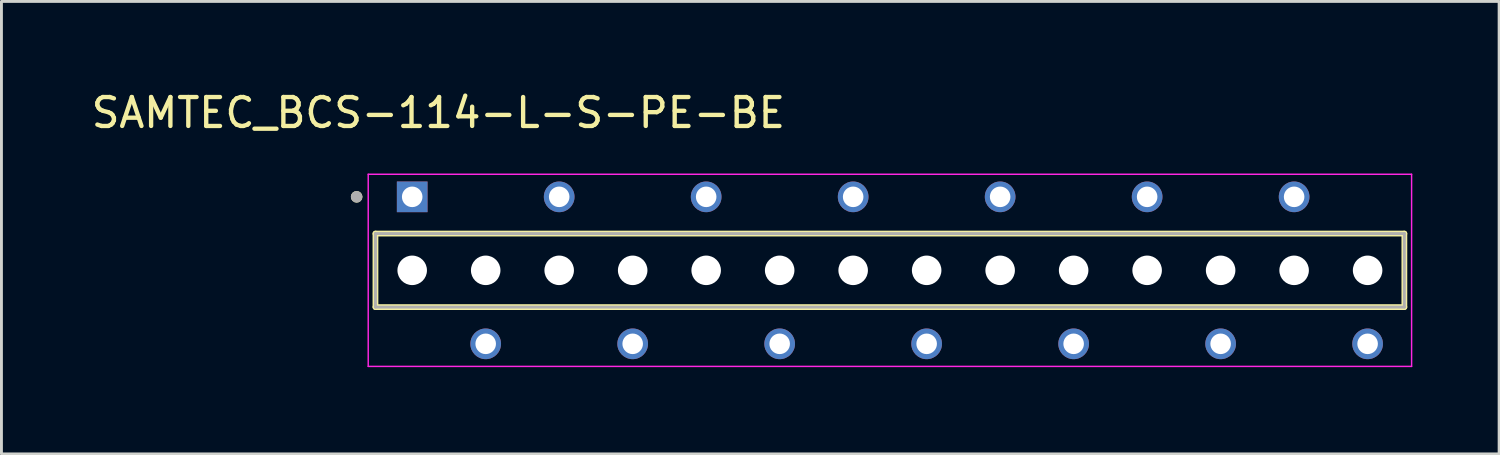
<source format=kicad_pcb>
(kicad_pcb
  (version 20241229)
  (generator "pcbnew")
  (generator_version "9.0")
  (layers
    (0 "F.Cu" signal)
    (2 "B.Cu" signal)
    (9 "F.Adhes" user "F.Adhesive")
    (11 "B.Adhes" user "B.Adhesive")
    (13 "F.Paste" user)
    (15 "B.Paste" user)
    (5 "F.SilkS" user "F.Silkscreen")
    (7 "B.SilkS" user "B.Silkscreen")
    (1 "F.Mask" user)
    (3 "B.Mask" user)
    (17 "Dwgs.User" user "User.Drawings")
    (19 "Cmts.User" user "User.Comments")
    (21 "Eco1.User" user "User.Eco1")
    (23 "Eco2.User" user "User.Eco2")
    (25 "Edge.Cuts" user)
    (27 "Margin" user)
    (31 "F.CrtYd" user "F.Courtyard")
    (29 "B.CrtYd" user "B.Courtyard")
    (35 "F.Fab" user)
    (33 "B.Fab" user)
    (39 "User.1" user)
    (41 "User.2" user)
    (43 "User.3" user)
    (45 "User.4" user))
  (footprint "SAMTEC_BCS-114-L-S-PE-BE"
    (layer "F.Cu")
    (at 27.706 6.293)
    (property "Reference" "SAMTEC_BCS-114-L-S-PE-BE" (at -15.605 -5.445 0) (layer "F.SilkS") (effects (font (size 1 1) (thickness 0.15))))
    (attr through_hole)
    (fp_line (start -17.78 -1.27) (end 17.78 -1.27) (stroke (width 0.2) (type solid)) (layer "F.SilkS"))
    (fp_line (start -17.78 1.27) (end -17.78 -1.27) (stroke (width 0.2) (type solid)) (layer "F.SilkS"))
    (fp_line (start 17.78 -1.27) (end 17.78 1.27) (stroke (width 0.2) (type solid)) (layer "F.SilkS"))
    (fp_line (start 17.78 1.27) (end -17.78 1.27) (stroke (width 0.2) (type solid)) (layer "F.SilkS"))
    (fp_circle (center -18.43 -2.54) (end -18.33 -2.54) (stroke (width 0.2) (type solid)) (fill no) (layer "F.SilkS"))
    (fp_line (start -18.03 -3.32) (end 18.03 -3.32) (stroke (width 0.05) (type solid)) (layer "F.CrtYd"))
    (fp_line (start -18.03 3.32) (end -18.03 -3.32) (stroke (width 0.05) (type solid)) (layer "F.CrtYd"))
    (fp_line (start 18.03 -3.32) (end 18.03 3.32) (stroke (width 0.05) (type solid)) (layer "F.CrtYd"))
    (fp_line (start 18.03 3.32) (end -18.03 3.32) (stroke (width 0.05) (type solid)) (layer "F.CrtYd"))
    (fp_line (start -17.78 -1.27) (end 17.78 -1.27) (stroke (width 0.1) (type solid)) (layer "F.Fab"))
    (fp_line (start -17.78 1.27) (end -17.78 -1.27) (stroke (width 0.1) (type solid)) (layer "F.Fab"))
    (fp_line (start 17.78 -1.27) (end 17.78 1.27) (stroke (width 0.1) (type solid)) (layer "F.Fab"))
    (fp_line (start 17.78 1.27) (end -17.78 1.27) (stroke (width 0.1) (type solid)) (layer "F.Fab"))
    (fp_circle (center -18.43 -2.54) (end -18.33 -2.54) (stroke (width 0.2) (type solid)) (fill no) (layer "F.Fab"))
    (pad "" np_thru_hole circle (at -16.51 0) (size 1.02 1.02) (drill 1.02) (layers "*.Cu" "*.Mask"))
    (pad "" np_thru_hole circle (at -13.97 0) (size 1.02 1.02) (drill 1.02) (layers "*.Cu" "*.Mask"))
    (pad "" np_thru_hole circle (at -11.43 0) (size 1.02 1.02) (drill 1.02) (layers "*.Cu" "*.Mask"))
    (pad "" np_thru_hole circle (at -8.89 0) (size 1.02 1.02) (drill 1.02) (layers "*.Cu" "*.Mask"))
    (pad "" np_thru_hole circle (at -6.35 0) (size 1.02 1.02) (drill 1.02) (layers "*.Cu" "*.Mask"))
    (pad "" np_thru_hole circle (at -3.81 0) (size 1.02 1.02) (drill 1.02) (layers "*.Cu" "*.Mask"))
    (pad "" np_thru_hole circle (at -1.27 0) (size 1.02 1.02) (drill 1.02) (layers "*.Cu" "*.Mask"))
    (pad "" np_thru_hole circle (at 1.27 0) (size 1.02 1.02) (drill 1.02) (layers "*.Cu" "*.Mask"))
    (pad "" np_thru_hole circle (at 3.81 0) (size 1.02 1.02) (drill 1.02) (layers "*.Cu" "*.Mask"))
    (pad "" np_thru_hole circle (at 6.35 0) (size 1.02 1.02) (drill 1.02) (layers "*.Cu" "*.Mask"))
    (pad "" np_thru_hole circle (at 8.89 0) (size 1.02 1.02) (drill 1.02) (layers "*.Cu" "*.Mask"))
    (pad "" np_thru_hole circle (at 11.43 0) (size 1.02 1.02) (drill 1.02) (layers "*.Cu" "*.Mask"))
    (pad "" np_thru_hole circle (at 13.97 0) (size 1.02 1.02) (drill 1.02) (layers "*.Cu" "*.Mask"))
    (pad "" np_thru_hole circle (at 16.51 0) (size 1.02 1.02) (drill 1.02) (layers "*.Cu" "*.Mask"))
    (pad "01" thru_hole rect (at -16.51 -2.54) (size 1.06 1.06) (drill 0.71) (layers "*.Cu" "*.Mask"))
    (pad "02" thru_hole circle (at -13.97 2.54) (size 1.06 1.06) (drill 0.71) (layers "*.Cu" "*.Mask"))
    (pad "03" thru_hole circle (at -11.43 -2.54) (size 1.06 1.06) (drill 0.71) (layers "*.Cu" "*.Mask"))
    (pad "04" thru_hole circle (at -8.89 2.54) (size 1.06 1.06) (drill 0.71) (layers "*.Cu" "*.Mask"))
    (pad "05" thru_hole circle (at -6.35 -2.54) (size 1.06 1.06) (drill 0.71) (layers "*.Cu" "*.Mask"))
    (pad "06" thru_hole circle (at -3.81 2.54) (size 1.06 1.06) (drill 0.71) (layers "*.Cu" "*.Mask"))
    (pad "07" thru_hole circle (at -1.27 -2.54) (size 1.06 1.06) (drill 0.71) (layers "*.Cu" "*.Mask"))
    (pad "08" thru_hole circle (at 1.27 2.54) (size 1.06 1.06) (drill 0.71) (layers "*.Cu" "*.Mask"))
    (pad "09" thru_hole circle (at 3.81 -2.54) (size 1.06 1.06) (drill 0.71) (layers "*.Cu" "*.Mask"))
    (pad "10" thru_hole circle (at 6.35 2.54) (size 1.06 1.06) (drill 0.71) (layers "*.Cu" "*.Mask"))
    (pad "11" thru_hole circle (at 8.89 -2.54) (size 1.06 1.06) (drill 0.71) (layers "*.Cu" "*.Mask"))
    (pad "12" thru_hole circle (at 11.43 2.54) (size 1.06 1.06) (drill 0.71) (layers "*.Cu" "*.Mask"))
    (pad "13" thru_hole circle (at 13.97 -2.54) (size 1.06 1.06) (drill 0.71) (layers "*.Cu" "*.Mask"))
    (pad "14" thru_hole circle (at 16.51 2.54) (size 1.06 1.06) (drill 0.71) (layers "*.Cu" "*.Mask")))
  (gr_rect
    (start -3 -3)
    (end 48.761 12.638)
    (stroke (width 0.1) (type default))
    (fill no)
    (layer "Edge.Cuts")))
</source>
